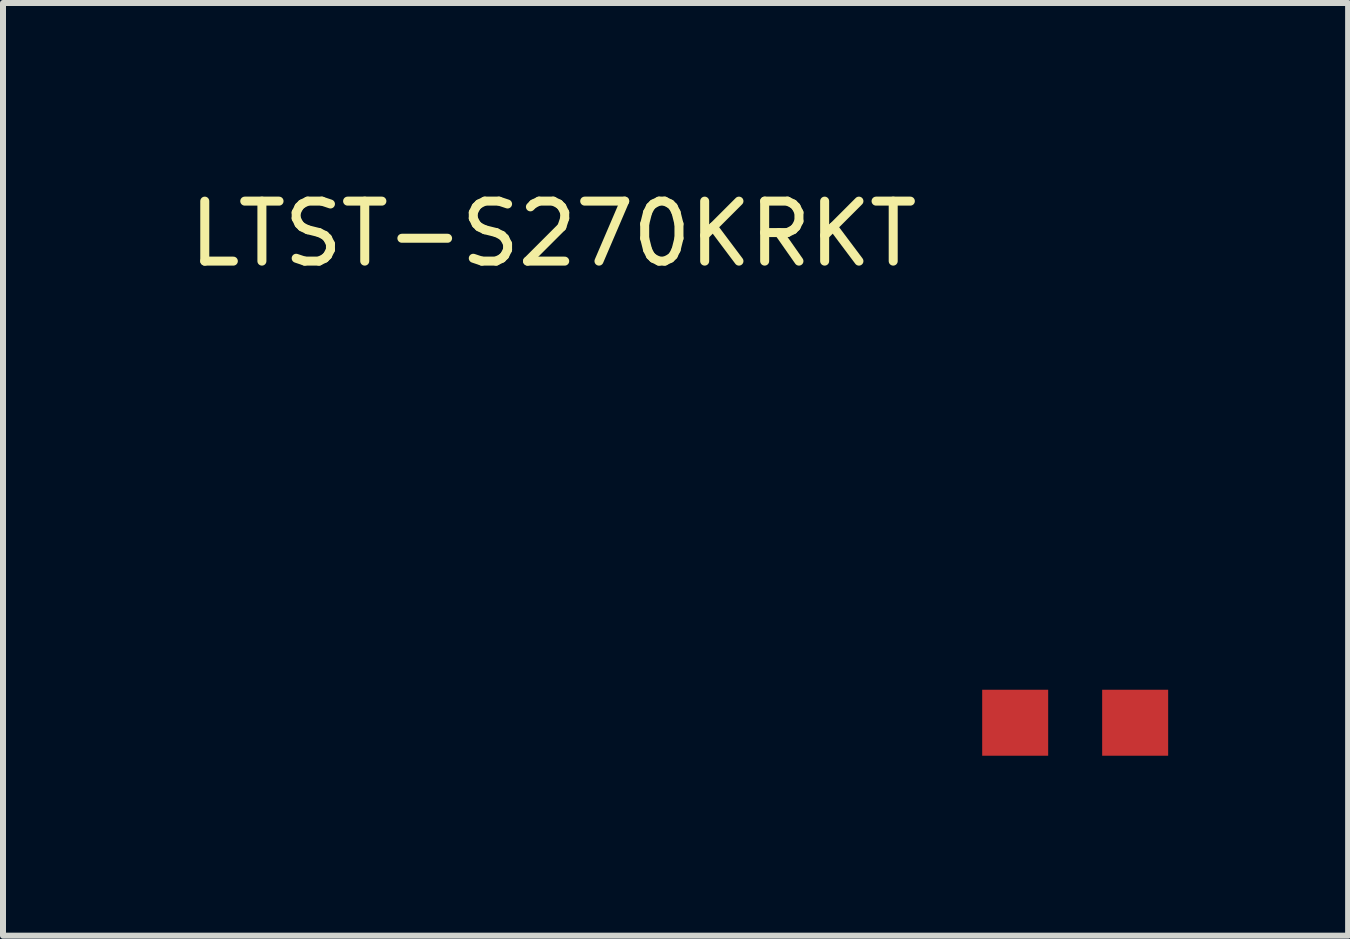
<source format=kicad_pcb>
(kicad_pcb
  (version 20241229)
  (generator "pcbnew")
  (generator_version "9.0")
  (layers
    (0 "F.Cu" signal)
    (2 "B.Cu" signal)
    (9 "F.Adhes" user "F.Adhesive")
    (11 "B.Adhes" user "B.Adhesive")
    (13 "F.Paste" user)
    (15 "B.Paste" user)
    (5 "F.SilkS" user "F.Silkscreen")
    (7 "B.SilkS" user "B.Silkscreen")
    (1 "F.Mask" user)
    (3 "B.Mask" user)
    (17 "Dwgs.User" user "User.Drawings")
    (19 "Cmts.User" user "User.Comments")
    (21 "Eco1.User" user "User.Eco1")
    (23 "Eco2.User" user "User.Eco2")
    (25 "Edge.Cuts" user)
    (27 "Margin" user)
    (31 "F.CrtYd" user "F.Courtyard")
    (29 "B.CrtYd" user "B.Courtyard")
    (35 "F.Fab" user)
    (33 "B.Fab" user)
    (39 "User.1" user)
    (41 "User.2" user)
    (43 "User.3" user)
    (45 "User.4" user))
  (footprint "LTST-S270KRKT"
    (layer "F.Cu")
    (at 14.873 8.998)
    (property "Reference" "LTST-S270KRKT" (at -8.7 -8.15 0) (layer "F.SilkS") (effects (font (size 1 1) (thickness 0.15))))
    (attr through_hole)
    (pad "1" smd rect (at -1 0) (size 1.1 1.1) (layers "F.Cu" "F.Mask" "F.Paste"))
    (pad "2" smd rect (at 1 0) (size 1.1 1.1) (layers "F.Cu" "F.Mask" "F.Paste")))
  (gr_rect
    (start -3 -3)
    (end 19.423 12.548)
    (stroke (width 0.1) (type default))
    (fill no)
    (layer "Edge.Cuts")))
</source>
